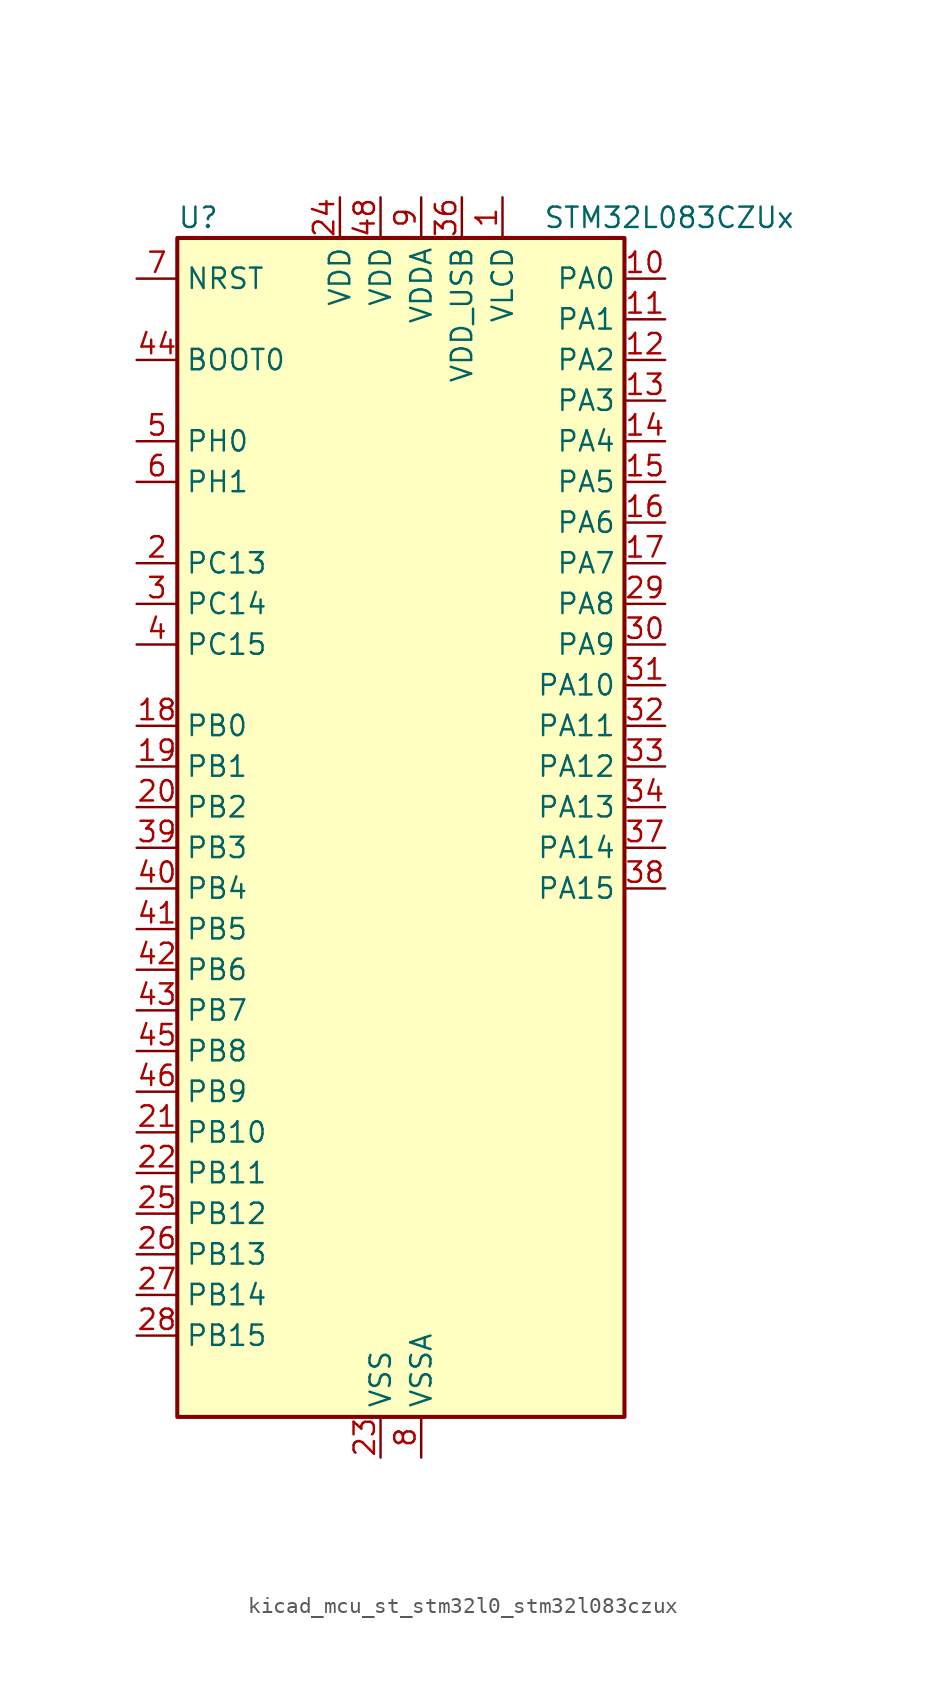
<source format=kicad_sym>
(kicad_symbol_lib
  (version 20220914)
  (generator kicad_symbol_editor)
  (symbol "kicad_mcu_st_stm32l0_stm32l083czux"
    (property "Reference" "U"
      (at -12.7 39.37 0)
      (effects (font (size 1.27 1.27)) (justify left)))
    (property "Value" "STM32L083CZUx"
      (at 10.16 39.37 0)
      (effects (font (size 1.27 1.27)) (justify left)))
    (property "ki_locked" ""
      (at 0 0 0)
      (effects (font (size 1.27 1.27))))
    (symbol "kicad_mcu_st_stm32l0_stm32l083czux_0_1"
      (rectangle (start -12.7 -35.56) (end 15.24 38.1) (stroke (width 0.254) (type default)) (fill (type background))))
    (symbol "kicad_mcu_st_stm32l0_stm32l083czux_1_1"
      (pin power_in line (at 7.62 40.64 270) (length 2.54) (name "VLCD" (effects (font (size 1.27 1.27)))) (number "1" (effects (font (size 1.27 1.27)))))
      (pin bidirectional line (at 17.78 35.56 180) (length 2.54) (name "PA0" (effects (font (size 1.27 1.27)))) (number "10" (effects (font (size 1.27 1.27)))) (alternate "ADC_IN0" bidirectional line) (alternate "COMP1_INM" bidirectional line) (alternate "COMP1_OUT" bidirectional line) (alternate "RTC_TAMP2" bidirectional line) (alternate "SYS_WKUP1" bidirectional line) (alternate "TIM2_CH1" bidirectional line) (alternate "TIM2_ETR" bidirectional line) (alternate "TSC_G1_IO1" bidirectional line) (alternate "USART2_CTS" bidirectional line) (alternate "USART4_TX" bidirectional line))
      (pin bidirectional line (at 17.78 33.02 180) (length 2.54) (name "PA1" (effects (font (size 1.27 1.27)))) (number "11" (effects (font (size 1.27 1.27)))) (alternate "ADC_IN1" bidirectional line) (alternate "COMP1_INP" bidirectional line) (alternate "LCD_SEG0" bidirectional line) (alternate "TIM21_ETR" bidirectional line) (alternate "TIM2_CH2" bidirectional line) (alternate "TSC_G1_IO2" bidirectional line) (alternate "USART2_DE" bidirectional line) (alternate "USART2_RTS" bidirectional line) (alternate "USART4_RX" bidirectional line))
      (pin bidirectional line (at 17.78 30.48 180) (length 2.54) (name "PA2" (effects (font (size 1.27 1.27)))) (number "12" (effects (font (size 1.27 1.27)))) (alternate "ADC_IN2" bidirectional line) (alternate "COMP2_INM" bidirectional line) (alternate "COMP2_OUT" bidirectional line) (alternate "LCD_SEG1" bidirectional line) (alternate "LPUART1_TX" bidirectional line) (alternate "TIM21_CH1" bidirectional line) (alternate "TIM2_CH3" bidirectional line) (alternate "TSC_G1_IO3" bidirectional line) (alternate "USART2_TX" bidirectional line))
      (pin bidirectional line (at 17.78 27.94 180) (length 2.54) (name "PA3" (effects (font (size 1.27 1.27)))) (number "13" (effects (font (size 1.27 1.27)))) (alternate "ADC_IN3" bidirectional line) (alternate "COMP2_INP" bidirectional line) (alternate "LCD_SEG2" bidirectional line) (alternate "LPUART1_RX" bidirectional line) (alternate "TIM21_CH2" bidirectional line) (alternate "TIM2_CH4" bidirectional line) (alternate "TSC_G1_IO4" bidirectional line) (alternate "USART2_RX" bidirectional line))
      (pin bidirectional line (at 17.78 25.4 180) (length 2.54) (name "PA4" (effects (font (size 1.27 1.27)))) (number "14" (effects (font (size 1.27 1.27)))) (alternate "ADC_IN4" bidirectional line) (alternate "COMP1_INM" bidirectional line) (alternate "COMP2_INM" bidirectional line) (alternate "DAC_OUT1" bidirectional line) (alternate "SPI1_NSS" bidirectional line) (alternate "TIM22_ETR" bidirectional line) (alternate "TSC_G2_IO1" bidirectional line) (alternate "USART2_CK" bidirectional line))
      (pin bidirectional line (at 17.78 22.86 180) (length 2.54) (name "PA5" (effects (font (size 1.27 1.27)))) (number "15" (effects (font (size 1.27 1.27)))) (alternate "ADC_IN5" bidirectional line) (alternate "COMP1_INM" bidirectional line) (alternate "COMP2_INM" bidirectional line) (alternate "DAC_OUT2" bidirectional line) (alternate "SPI1_SCK" bidirectional line) (alternate "TIM2_CH1" bidirectional line) (alternate "TIM2_ETR" bidirectional line) (alternate "TSC_G2_IO2" bidirectional line))
      (pin bidirectional line (at 17.78 20.32 180) (length 2.54) (name "PA6" (effects (font (size 1.27 1.27)))) (number "16" (effects (font (size 1.27 1.27)))) (alternate "ADC_IN6" bidirectional line) (alternate "COMP1_OUT" bidirectional line) (alternate "LCD_SEG3" bidirectional line) (alternate "LPUART1_CTS" bidirectional line) (alternate "SPI1_MISO" bidirectional line) (alternate "TIM22_CH1" bidirectional line) (alternate "TIM3_CH1" bidirectional line) (alternate "TSC_G2_IO3" bidirectional line))
      (pin bidirectional line (at 17.78 17.78 180) (length 2.54) (name "PA7" (effects (font (size 1.27 1.27)))) (number "17" (effects (font (size 1.27 1.27)))) (alternate "ADC_IN7" bidirectional line) (alternate "COMP2_OUT" bidirectional line) (alternate "LCD_SEG4" bidirectional line) (alternate "SPI1_MOSI" bidirectional line) (alternate "TIM22_CH2" bidirectional line) (alternate "TIM3_CH2" bidirectional line) (alternate "TSC_G2_IO4" bidirectional line))
      (pin bidirectional line (at -15.24 7.62 0) (length 2.54) (name "PB0" (effects (font (size 1.27 1.27)))) (number "18" (effects (font (size 1.27 1.27)))) (alternate "ADC_IN8" bidirectional line) (alternate "LCD_SEG5" bidirectional line) (alternate "LCD_VLCD3" bidirectional line) (alternate "SYS_VREF_OUT_PB0" bidirectional line) (alternate "TIM3_CH3" bidirectional line) (alternate "TSC_G3_IO2" bidirectional line))
      (pin bidirectional line (at -15.24 5.08 0) (length 2.54) (name "PB1" (effects (font (size 1.27 1.27)))) (number "19" (effects (font (size 1.27 1.27)))) (alternate "ADC_IN9" bidirectional line) (alternate "LCD_SEG6" bidirectional line) (alternate "LPUART1_DE" bidirectional line) (alternate "LPUART1_RTS" bidirectional line) (alternate "SYS_VREF_OUT_PB1" bidirectional line) (alternate "TIM3_CH4" bidirectional line) (alternate "TSC_G3_IO3" bidirectional line))
      (pin bidirectional line (at -15.24 17.78 0) (length 2.54) (name "PC13" (effects (font (size 1.27 1.27)))) (number "2" (effects (font (size 1.27 1.27)))) (alternate "RTC_OUT_ALARM" bidirectional line) (alternate "RTC_OUT_CALIB" bidirectional line) (alternate "RTC_TAMP1" bidirectional line) (alternate "RTC_TS" bidirectional line) (alternate "SYS_WKUP2" bidirectional line))
      (pin bidirectional line (at -15.24 2.54 0) (length 2.54) (name "PB2" (effects (font (size 1.27 1.27)))) (number "20" (effects (font (size 1.27 1.27)))) (alternate "I2C3_SMBA" bidirectional line) (alternate "LCD_VLCD2" bidirectional line) (alternate "LPTIM1_OUT" bidirectional line) (alternate "TSC_G3_IO4" bidirectional line))
      (pin bidirectional line (at -15.24 -17.78 0) (length 2.54) (name "PB10" (effects (font (size 1.27 1.27)))) (number "21" (effects (font (size 1.27 1.27)))) (alternate "I2C2_SCL" bidirectional line) (alternate "LCD_SEG10" bidirectional line) (alternate "LPUART1_RX" bidirectional line) (alternate "LPUART1_TX" bidirectional line) (alternate "SPI2_SCK" bidirectional line) (alternate "TIM2_CH3" bidirectional line) (alternate "TSC_SYNC" bidirectional line))
      (pin bidirectional line (at -15.24 -20.32 0) (length 2.54) (name "PB11" (effects (font (size 1.27 1.27)))) (number "22" (effects (font (size 1.27 1.27)))) (alternate "ADC_EXTI11" bidirectional line) (alternate "I2C2_SDA" bidirectional line) (alternate "LCD_SEG11" bidirectional line) (alternate "LPUART1_RX" bidirectional line) (alternate "LPUART1_TX" bidirectional line) (alternate "TIM2_CH4" bidirectional line) (alternate "TSC_G6_IO1" bidirectional line))
      (pin power_in line (at 0 -38.1 90) (length 2.54) (name "VSS" (effects (font (size 1.27 1.27)))) (number "23" (effects (font (size 1.27 1.27)))))
      (pin power_in line (at -2.54 40.64 270) (length 2.54) (name "VDD" (effects (font (size 1.27 1.27)))) (number "24" (effects (font (size 1.27 1.27)))))
      (pin bidirectional line (at -15.24 -22.86 0) (length 2.54) (name "PB12" (effects (font (size 1.27 1.27)))) (number "25" (effects (font (size 1.27 1.27)))) (alternate "I2S2_WS" bidirectional line) (alternate "LCD_SEG12" bidirectional line) (alternate "LCD_VLCD2" bidirectional line) (alternate "LPUART1_DE" bidirectional line) (alternate "LPUART1_RTS" bidirectional line) (alternate "SPI2_NSS" bidirectional line) (alternate "TSC_G6_IO2" bidirectional line))
      (pin bidirectional line (at -15.24 -25.4 0) (length 2.54) (name "PB13" (effects (font (size 1.27 1.27)))) (number "26" (effects (font (size 1.27 1.27)))) (alternate "I2C2_SCL" bidirectional line) (alternate "I2S2_CK" bidirectional line) (alternate "LCD_SEG13" bidirectional line) (alternate "LPUART1_CTS" bidirectional line) (alternate "RCC_MCO" bidirectional line) (alternate "SPI2_SCK" bidirectional line) (alternate "TIM21_CH1" bidirectional line) (alternate "TSC_G6_IO3" bidirectional line))
      (pin bidirectional line (at -15.24 -27.94 0) (length 2.54) (name "PB14" (effects (font (size 1.27 1.27)))) (number "27" (effects (font (size 1.27 1.27)))) (alternate "I2C2_SDA" bidirectional line) (alternate "I2S2_MCK" bidirectional line) (alternate "LCD_SEG14" bidirectional line) (alternate "LPUART1_DE" bidirectional line) (alternate "LPUART1_RTS" bidirectional line) (alternate "RTC_OUT_ALARM" bidirectional line) (alternate "RTC_OUT_CALIB" bidirectional line) (alternate "SPI2_MISO" bidirectional line) (alternate "TIM21_CH2" bidirectional line) (alternate "TSC_G6_IO4" bidirectional line))
      (pin bidirectional line (at -15.24 -30.48 0) (length 2.54) (name "PB15" (effects (font (size 1.27 1.27)))) (number "28" (effects (font (size 1.27 1.27)))) (alternate "I2S2_SD" bidirectional line) (alternate "LCD_SEG15" bidirectional line) (alternate "RTC_REFIN" bidirectional line) (alternate "SPI2_MOSI" bidirectional line))
      (pin bidirectional line (at 17.78 15.24 180) (length 2.54) (name "PA8" (effects (font (size 1.27 1.27)))) (number "29" (effects (font (size 1.27 1.27)))) (alternate "CRS_SYNC" bidirectional line) (alternate "I2C3_SCL" bidirectional line) (alternate "LCD_COM0" bidirectional line) (alternate "RCC_MCO" bidirectional line) (alternate "USART1_CK" bidirectional line))
      (pin bidirectional line (at -15.24 15.24 0) (length 2.54) (name "PC14" (effects (font (size 1.27 1.27)))) (number "3" (effects (font (size 1.27 1.27)))) (alternate "RCC_OSC32_IN" bidirectional line))
      (pin bidirectional line (at 17.78 12.7 180) (length 2.54) (name "PA9" (effects (font (size 1.27 1.27)))) (number "30" (effects (font (size 1.27 1.27)))) (alternate "DAC_EXTI9" bidirectional line) (alternate "I2C1_SCL" bidirectional line) (alternate "I2C3_SMBA" bidirectional line) (alternate "LCD_COM1" bidirectional line) (alternate "RCC_MCO" bidirectional line) (alternate "TSC_G4_IO1" bidirectional line) (alternate "USART1_TX" bidirectional line))
      (pin bidirectional line (at 17.78 10.16 180) (length 2.54) (name "PA10" (effects (font (size 1.27 1.27)))) (number "31" (effects (font (size 1.27 1.27)))) (alternate "I2C1_SDA" bidirectional line) (alternate "LCD_COM2" bidirectional line) (alternate "TSC_G4_IO2" bidirectional line) (alternate "USART1_RX" bidirectional line))
      (pin bidirectional line (at 17.78 7.62 180) (length 2.54) (name "PA11" (effects (font (size 1.27 1.27)))) (number "32" (effects (font (size 1.27 1.27)))) (alternate "ADC_EXTI11" bidirectional line) (alternate "COMP1_OUT" bidirectional line) (alternate "SPI1_MISO" bidirectional line) (alternate "TSC_G4_IO3" bidirectional line) (alternate "USART1_CTS" bidirectional line) (alternate "USB_DM" bidirectional line))
      (pin bidirectional line (at 17.78 5.08 180) (length 2.54) (name "PA12" (effects (font (size 1.27 1.27)))) (number "33" (effects (font (size 1.27 1.27)))) (alternate "COMP2_OUT" bidirectional line) (alternate "SPI1_MOSI" bidirectional line) (alternate "TSC_G4_IO4" bidirectional line) (alternate "USART1_DE" bidirectional line) (alternate "USART1_RTS" bidirectional line) (alternate "USB_DP" bidirectional line))
      (pin bidirectional line (at 17.78 2.54 180) (length 2.54) (name "PA13" (effects (font (size 1.27 1.27)))) (number "34" (effects (font (size 1.27 1.27)))) (alternate "LPUART1_RX" bidirectional line) (alternate "SYS_SWDIO" bidirectional line) (alternate "USB_NOE" bidirectional line))
      (pin passive line (at 0 -38.1 90) (length 2.54) hide (name "VSS" (effects (font (size 1.27 1.27)))) (number "35" (effects (font (size 1.27 1.27)))))
      (pin power_in line (at 5.08 40.64 270) (length 2.54) (name "VDD_USB" (effects (font (size 1.27 1.27)))) (number "36" (effects (font (size 1.27 1.27)))))
      (pin bidirectional line (at 17.78 0 180) (length 2.54) (name "PA14" (effects (font (size 1.27 1.27)))) (number "37" (effects (font (size 1.27 1.27)))) (alternate "LPUART1_TX" bidirectional line) (alternate "SYS_SWCLK" bidirectional line) (alternate "USART2_TX" bidirectional line))
      (pin bidirectional line (at 17.78 -2.54 180) (length 2.54) (name "PA15" (effects (font (size 1.27 1.27)))) (number "38" (effects (font (size 1.27 1.27)))) (alternate "LCD_SEG17" bidirectional line) (alternate "SPI1_NSS" bidirectional line) (alternate "TIM2_CH1" bidirectional line) (alternate "TIM2_ETR" bidirectional line) (alternate "USART2_RX" bidirectional line) (alternate "USART4_DE" bidirectional line) (alternate "USART4_RTS" bidirectional line))
      (pin bidirectional line (at -15.24 0 0) (length 2.54) (name "PB3" (effects (font (size 1.27 1.27)))) (number "39" (effects (font (size 1.27 1.27)))) (alternate "COMP2_INM" bidirectional line) (alternate "LCD_SEG7" bidirectional line) (alternate "SPI1_SCK" bidirectional line) (alternate "TIM2_CH2" bidirectional line) (alternate "TSC_G5_IO1" bidirectional line) (alternate "USART1_DE" bidirectional line) (alternate "USART1_RTS" bidirectional line) (alternate "USART5_TX" bidirectional line))
      (pin bidirectional line (at -15.24 12.7 0) (length 2.54) (name "PC15" (effects (font (size 1.27 1.27)))) (number "4" (effects (font (size 1.27 1.27)))) (alternate "RCC_OSC32_OUT" bidirectional line))
      (pin bidirectional line (at -15.24 -2.54 0) (length 2.54) (name "PB4" (effects (font (size 1.27 1.27)))) (number "40" (effects (font (size 1.27 1.27)))) (alternate "COMP2_INP" bidirectional line) (alternate "I2C3_SDA" bidirectional line) (alternate "LCD_SEG8" bidirectional line) (alternate "SPI1_MISO" bidirectional line) (alternate "TIM22_CH1" bidirectional line) (alternate "TIM3_CH1" bidirectional line) (alternate "TSC_G5_IO2" bidirectional line) (alternate "USART1_CTS" bidirectional line) (alternate "USART5_RX" bidirectional line))
      (pin bidirectional line (at -15.24 -5.08 0) (length 2.54) (name "PB5" (effects (font (size 1.27 1.27)))) (number "41" (effects (font (size 1.27 1.27)))) (alternate "COMP2_INP" bidirectional line) (alternate "I2C1_SMBA" bidirectional line) (alternate "LCD_SEG9" bidirectional line) (alternate "LPTIM1_IN1" bidirectional line) (alternate "SPI1_MOSI" bidirectional line) (alternate "TIM22_CH2" bidirectional line) (alternate "TIM3_CH2" bidirectional line) (alternate "USART1_CK" bidirectional line) (alternate "USART5_CK" bidirectional line) (alternate "USART5_DE" bidirectional line) (alternate "USART5_RTS" bidirectional line))
      (pin bidirectional line (at -15.24 -7.62 0) (length 2.54) (name "PB6" (effects (font (size 1.27 1.27)))) (number "42" (effects (font (size 1.27 1.27)))) (alternate "COMP2_INP" bidirectional line) (alternate "I2C1_SCL" bidirectional line) (alternate "LPTIM1_ETR" bidirectional line) (alternate "TSC_G5_IO3" bidirectional line) (alternate "USART1_TX" bidirectional line))
      (pin bidirectional line (at -15.24 -10.16 0) (length 2.54) (name "PB7" (effects (font (size 1.27 1.27)))) (number "43" (effects (font (size 1.27 1.27)))) (alternate "COMP2_INP" bidirectional line) (alternate "I2C1_SDA" bidirectional line) (alternate "LPTIM1_IN2" bidirectional line) (alternate "SYS_PVD_IN" bidirectional line) (alternate "TSC_G5_IO4" bidirectional line) (alternate "USART1_RX" bidirectional line) (alternate "USART4_CTS" bidirectional line))
      (pin input line (at -15.24 30.48 0) (length 2.54) (name "BOOT0" (effects (font (size 1.27 1.27)))) (number "44" (effects (font (size 1.27 1.27)))))
      (pin bidirectional line (at -15.24 -12.7 0) (length 2.54) (name "PB8" (effects (font (size 1.27 1.27)))) (number "45" (effects (font (size 1.27 1.27)))) (alternate "I2C1_SCL" bidirectional line) (alternate "LCD_SEG16" bidirectional line) (alternate "TSC_SYNC" bidirectional line))
      (pin bidirectional line (at -15.24 -15.24 0) (length 2.54) (name "PB9" (effects (font (size 1.27 1.27)))) (number "46" (effects (font (size 1.27 1.27)))) (alternate "DAC_EXTI9" bidirectional line) (alternate "I2C1_SDA" bidirectional line) (alternate "I2S2_WS" bidirectional line) (alternate "LCD_COM3" bidirectional line) (alternate "SPI2_NSS" bidirectional line))
      (pin passive line (at 0 -38.1 90) (length 2.54) hide (name "VSS" (effects (font (size 1.27 1.27)))) (number "47" (effects (font (size 1.27 1.27)))))
      (pin power_in line (at 0 40.64 270) (length 2.54) (name "VDD" (effects (font (size 1.27 1.27)))) (number "48" (effects (font (size 1.27 1.27)))))
      (pin passive line (at 0 -38.1 90) (length 2.54) hide (name "VSS" (effects (font (size 1.27 1.27)))) (number "49" (effects (font (size 1.27 1.27)))))
      (pin bidirectional line (at -15.24 25.4 0) (length 2.54) (name "PH0" (effects (font (size 1.27 1.27)))) (number "5" (effects (font (size 1.27 1.27)))) (alternate "CRS_SYNC" bidirectional line) (alternate "RCC_OSC_IN" bidirectional line))
      (pin bidirectional line (at -15.24 22.86 0) (length 2.54) (name "PH1" (effects (font (size 1.27 1.27)))) (number "6" (effects (font (size 1.27 1.27)))) (alternate "RCC_OSC_OUT" bidirectional line))
      (pin input line (at -15.24 35.56 0) (length 2.54) (name "NRST" (effects (font (size 1.27 1.27)))) (number "7" (effects (font (size 1.27 1.27)))))
      (pin power_in line (at 2.54 -38.1 90) (length 2.54) (name "VSSA" (effects (font (size 1.27 1.27)))) (number "8" (effects (font (size 1.27 1.27)))))
      (pin power_in line (at 2.54 40.64 270) (length 2.54) (name "VDDA" (effects (font (size 1.27 1.27)))) (number "9" (effects (font (size 1.27 1.27))))))))
</source>
